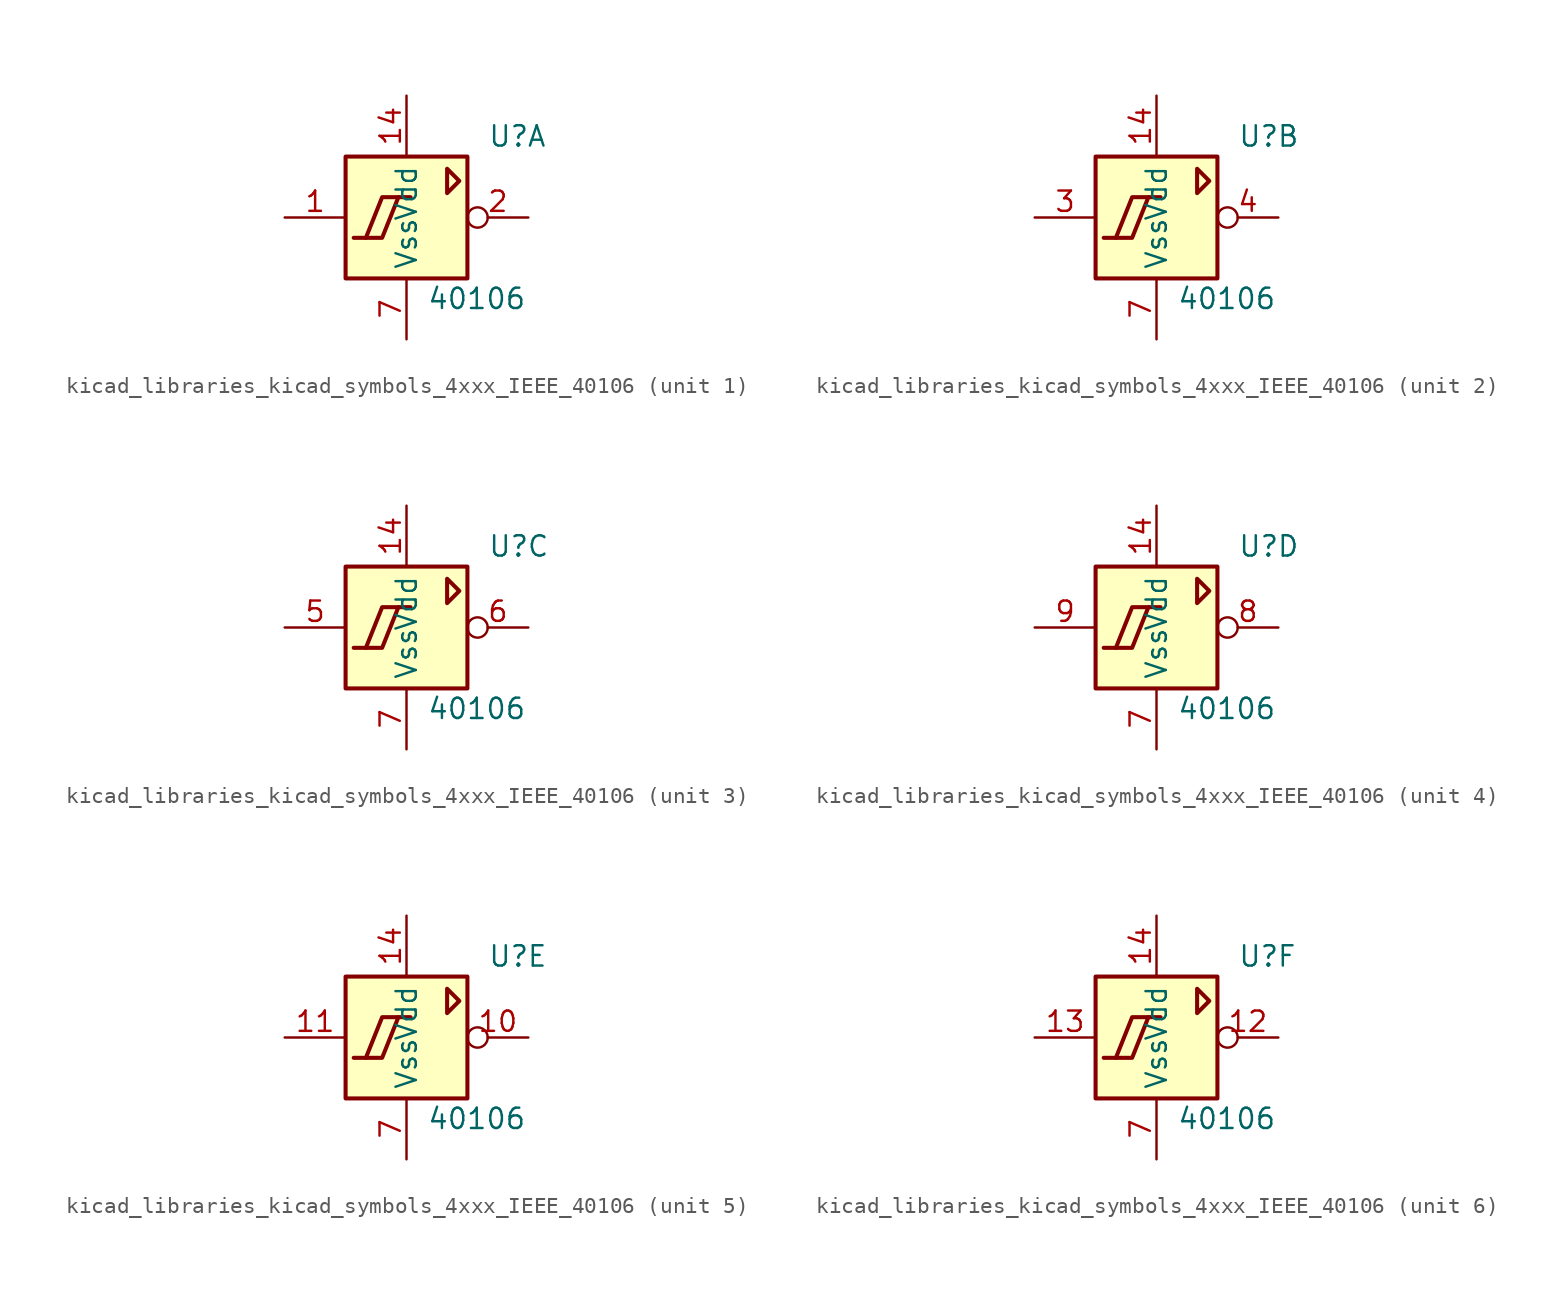
<source format=kicad_sym>
(kicad_symbol_lib
  (version 20220914)
  (generator kicad_symbol_editor)
  (symbol "kicad_libraries_kicad_symbols_4xxx_IEEE_40106"
    (property "Reference" "U"
      (at 5.08 5.08 0)
      (effects (font (size 1.27 1.27)) (justify left)))
    (property "Value" "40106"
      (at 1.27 -5.08 0)
      (effects (font (size 1.27 1.27)) (justify left)))
    (symbol "kicad_libraries_kicad_symbols_4xxx_IEEE_40106_0_0"
      (rectangle (start -3.81 3.81) (end 3.81 -3.81) (stroke (width 0.254) (type default)) (fill (type background)))
      (polyline (pts (xy -0.508 1.27) (xy -1.524 -1.27) (xy -2.54 -1.27) (xy -2.54 -1.27)) (stroke (width 0.254) (type default)) (fill (type background)))
      (polyline (pts (xy 0.254 1.27) (xy -1.524 1.27) (xy -2.54 -1.27) (xy -3.302 -1.27) (xy -3.302 -1.27)) (stroke (width 0.254) (type default)) (fill (type background)))
      (polyline (pts (xy 2.54 3.048) (xy 2.54 1.524) (xy 3.302 2.286) (xy 2.54 3.048) (xy 2.54 3.048)) (stroke (width 0.254) (type default)) (fill (type background))))
    (symbol "kicad_libraries_kicad_symbols_4xxx_IEEE_40106_0_1"
      (pin power_in line (at 0 7.62 270) (length 3.81) (name "Vdd" (effects (font (size 1.27 1.27)))) (number "14" (effects (font (size 1.27 1.27)))))
      (pin power_in line (at 0 -7.62 90) (length 3.81) (name "Vss" (effects (font (size 1.27 1.27)))) (number "7" (effects (font (size 1.27 1.27))))))
    (symbol "kicad_libraries_kicad_symbols_4xxx_IEEE_40106_1_1"
      (pin input line (at -7.62 0 0) (length 3.81) (name "~" (effects (font (size 1.27 1.27)))) (number "1" (effects (font (size 1.27 1.27)))))
      (pin output inverted (at 7.62 0 180) (length 3.81) (name "~" (effects (font (size 1.27 1.27)))) (number "2" (effects (font (size 1.27 1.27))))))
    (symbol "kicad_libraries_kicad_symbols_4xxx_IEEE_40106_2_1"
      (pin input line (at -7.62 0 0) (length 3.81) (name "~" (effects (font (size 1.27 1.27)))) (number "3" (effects (font (size 1.27 1.27)))))
      (pin output inverted (at 7.62 0 180) (length 3.81) (name "~" (effects (font (size 1.27 1.27)))) (number "4" (effects (font (size 1.27 1.27))))))
    (symbol "kicad_libraries_kicad_symbols_4xxx_IEEE_40106_3_1"
      (pin input line (at -7.62 0 0) (length 3.81) (name "~" (effects (font (size 1.27 1.27)))) (number "5" (effects (font (size 1.27 1.27)))))
      (pin output inverted (at 7.62 0 180) (length 3.81) (name "~" (effects (font (size 1.27 1.27)))) (number "6" (effects (font (size 1.27 1.27))))))
    (symbol "kicad_libraries_kicad_symbols_4xxx_IEEE_40106_4_1"
      (pin output inverted (at 7.62 0 180) (length 3.81) (name "~" (effects (font (size 1.27 1.27)))) (number "8" (effects (font (size 1.27 1.27)))))
      (pin input line (at -7.62 0 0) (length 3.81) (name "~" (effects (font (size 1.27 1.27)))) (number "9" (effects (font (size 1.27 1.27))))))
    (symbol "kicad_libraries_kicad_symbols_4xxx_IEEE_40106_5_1"
      (pin output inverted (at 7.62 0 180) (length 3.81) (name "~" (effects (font (size 1.27 1.27)))) (number "10" (effects (font (size 1.27 1.27)))))
      (pin input line (at -7.62 0 0) (length 3.81) (name "~" (effects (font (size 1.27 1.27)))) (number "11" (effects (font (size 1.27 1.27))))))
    (symbol "kicad_libraries_kicad_symbols_4xxx_IEEE_40106_6_1"
      (pin output inverted (at 7.62 0 180) (length 3.81) (name "~" (effects (font (size 1.27 1.27)))) (number "12" (effects (font (size 1.27 1.27)))))
      (pin input line (at -7.62 0 0) (length 3.81) (name "~" (effects (font (size 1.27 1.27)))) (number "13" (effects (font (size 1.27 1.27))))))))
</source>
